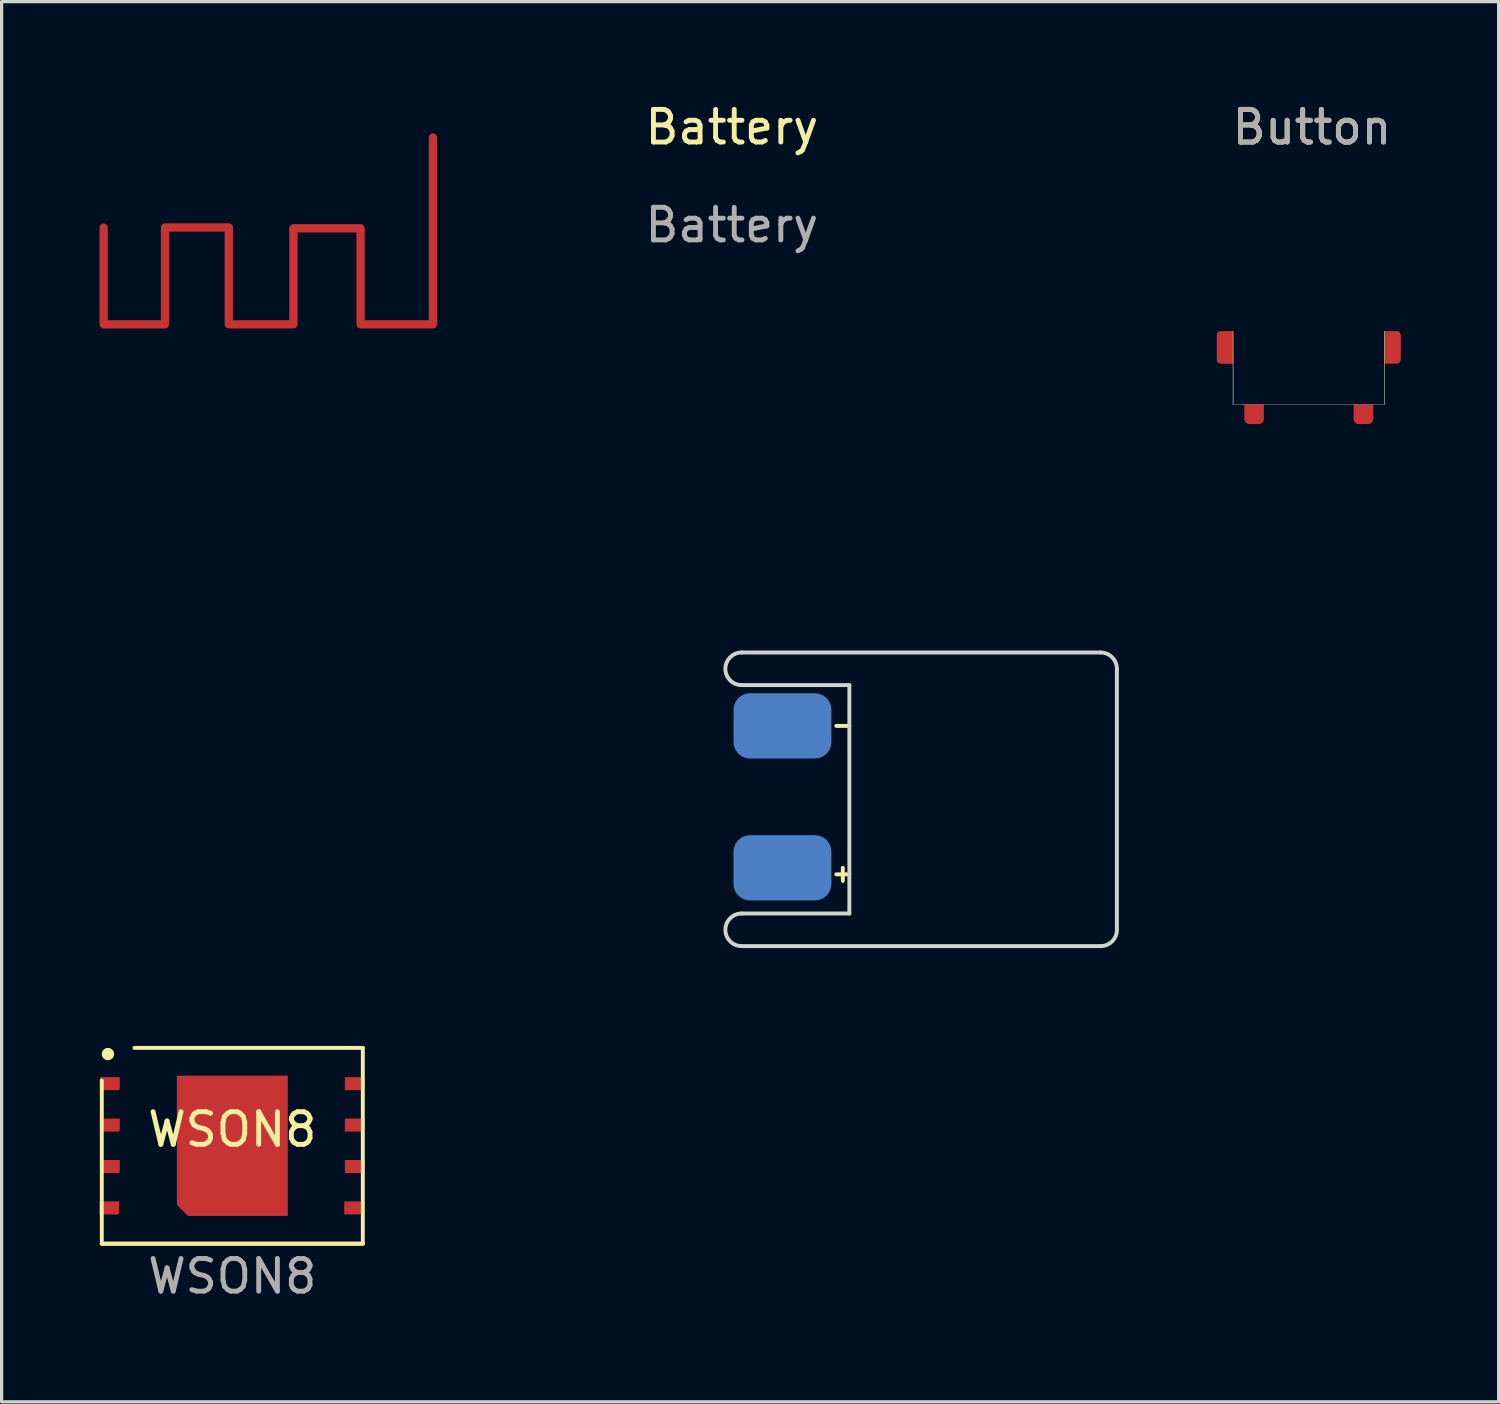
<source format=kicad_pcb>
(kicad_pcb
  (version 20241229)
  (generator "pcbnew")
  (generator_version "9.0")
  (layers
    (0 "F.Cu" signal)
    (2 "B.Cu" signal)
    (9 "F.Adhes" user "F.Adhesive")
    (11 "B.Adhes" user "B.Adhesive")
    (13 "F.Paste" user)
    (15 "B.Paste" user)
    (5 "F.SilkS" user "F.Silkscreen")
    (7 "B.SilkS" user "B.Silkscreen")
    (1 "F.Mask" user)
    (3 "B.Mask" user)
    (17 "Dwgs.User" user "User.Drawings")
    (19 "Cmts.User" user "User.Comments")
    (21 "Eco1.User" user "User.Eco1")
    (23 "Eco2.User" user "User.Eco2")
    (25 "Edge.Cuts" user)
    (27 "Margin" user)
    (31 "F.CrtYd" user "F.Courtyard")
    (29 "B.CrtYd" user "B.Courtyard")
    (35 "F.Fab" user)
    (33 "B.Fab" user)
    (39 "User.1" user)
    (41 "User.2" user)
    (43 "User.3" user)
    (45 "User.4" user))
  (footprint "Button"
    (layer "F.Cu")
    (at 37.062 9.348)
    (property "Reference" "Button" (at 0.1 -8.5 0) (unlocked yes) (layer "F.SilkS") (effects (font (size 1 1) (thickness 0.15))))
    (attr smd)
    (fp_line (start -2.32 0) (end -2.32 -2.25) (stroke (width 0.01) (type solid)) (layer "F.SilkS"))
    (fp_line (start 2.32 0) (end 2.32 -2.25) (stroke (width 0.01) (type solid)) (layer "F.SilkS"))
    (fp_line (start -2.32 0) (end -2.32 -2.25) (stroke (width 0.01) (type solid)) (layer "Edge.Cuts"))
    (fp_line (start 2.32 0) (end -2.32 0) (stroke (width 0.01) (type solid)) (layer "Edge.Cuts"))
    (fp_line (start 2.32 0) (end 2.32 -2.25) (stroke (width 0.01) (type solid)) (layer "Edge.Cuts"))
    (fp_line (start -2.32 -1.75) (end -2.57 -1.75) (stroke (width 0.12) (type solid)) (layer "User.1"))
    (fp_line (start -2.32 0) (end -2.32 -1.75) (stroke (width 0.12) (type solid)) (layer "User.1"))
    (fp_line (start -1.595 0.15) (end -1.595 0) (stroke (width 0.12) (type solid)) (layer "User.1"))
    (fp_line (start -1.295 0) (end -1.595 0) (stroke (width 0.12) (type solid)) (layer "User.1"))
    (fp_line (start 1.375 0) (end 1.675 0) (stroke (width 0.12) (type solid)) (layer "User.1"))
    (fp_line (start 1.675 0.15) (end 1.675 0) (stroke (width 0.12) (type solid)) (layer "User.1"))
    (fp_line (start 2.73 -1.75) (end 2.48 -1.75) (stroke (width 0.12) (type solid)) (layer "User.1"))
    (fp_text user "${REFERENCE}" (at 0.1 -8.5 0) (unlocked yes) (layer "F.Fab") (effects (font (size 1 1) (thickness 0.15))))
    (pad "1" smd roundrect (at 2.57 -1.75 180) (size 0.5 1) (layers "F.Cu" "F.Mask" "F.Paste") (roundrect_rratio 0.25) (chamfer_ratio 0) (chamfer top_right bottom_right))
    (pad "2" smd roundrect (at -1.675 0.3 90) (size 0.6 0.6) (layers "F.Cu" "F.Mask" "F.Paste") (roundrect_rratio 0.25) (chamfer_ratio 0) (chamfer top_right bottom_right))
    (pad "3" smd roundrect (at 1.675 0.3 90) (size 0.6 0.6) (layers "F.Cu" "F.Mask" "F.Paste") (roundrect_rratio 0.25) (chamfer_ratio 0) (chamfer top_right bottom_right))
    (pad "4" smd roundrect (at -2.57 -1.75) (size 0.5 1) (layers "F.Cu" "F.Mask" "F.Paste") (roundrect_rratio 0.25) (chamfer_ratio 0) (chamfer top_right bottom_right)))
  (footprint "WSON8"
    (layer "F.Cu")
    (at 4.07 32.068)
    (property "Reference" "WSON8" (at 0 -0.5 0) (unlocked yes) (layer "F.SilkS") (effects (font (size 1 1) (thickness 0.15))))
    (attr smd)
    (fp_line (start -4 3) (end -4 -2) (stroke (width 0.12) (type solid)) (layer "F.SilkS"))
    (fp_line (start -4 3) (end 4 3) (stroke (width 0.12) (type solid)) (layer "F.SilkS"))
    (fp_line (start -3 -3) (end 4 -3) (stroke (width 0.12) (type solid)) (layer "F.SilkS"))
    (fp_line (start 4 3) (end -4 3) (stroke (width 0.12) (type solid)) (layer "F.SilkS"))
    (fp_line (start 4 3) (end 4 -3) (stroke (width 0.12) (type solid)) (layer "F.SilkS"))
    (fp_circle (center -3.812 -2.812) (end -3.683 -2.812) (stroke (width 0.12) (type solid)) (fill yes) (layer "F.SilkS"))
    (fp_text user "${REFERENCE}" (at 0 4 0) (unlocked yes) (layer "F.Fab") (effects (font (size 1 1) (thickness 0.15))))
    (pad "1" smd roundrect (at -3.75 -1.905 90) (size 0.4 0.6) (layers "F.Cu" "F.Mask" "F.Paste") (roundrect_rratio 0) (chamfer_ratio 0.1) (chamfer bottom_left))
    (pad "2" smd roundrect (at -3.75 -0.635 90) (size 0.4 0.6) (layers "F.Cu" "F.Mask" "F.Paste") (roundrect_rratio 0) (chamfer_ratio 0.1) (chamfer bottom_left))
    (pad "3" smd roundrect (at -3.75 0.635 90) (size 0.4 0.6) (layers "F.Cu" "F.Mask" "F.Paste") (roundrect_rratio 0) (chamfer_ratio 0.1) (chamfer bottom_left))
    (pad "4" smd roundrect (at -3.77 1.905 90) (size 0.4 0.6) (layers "F.Cu" "F.Mask" "F.Paste") (roundrect_rratio 0) (chamfer_ratio 0.1) (chamfer bottom_left))
    (pad "5" smd roundrect (at 3.73 1.905 90) (size 0.4 0.6) (layers "F.Cu" "F.Mask" "F.Paste") (roundrect_rratio 0) (chamfer_ratio 0.1) (chamfer bottom_left))
    (pad "6" smd roundrect (at 3.75 0.635 90) (size 0.4 0.6) (layers "F.Cu" "F.Mask" "F.Paste") (roundrect_rratio 0) (chamfer_ratio 0.1) (chamfer bottom_left))
    (pad "7" smd roundrect (at 3.75 -0.635 90) (size 0.4 0.6) (layers "F.Cu" "F.Mask" "F.Paste") (roundrect_rratio 0) (chamfer_ratio 0.1) (chamfer bottom_left))
    (pad "8" smd roundrect (at 3.75 -1.905 90) (size 0.4 0.6) (layers "F.Cu" "F.Mask" "F.Paste") (roundrect_rratio 0) (chamfer_ratio 0.1) (chamfer bottom_left))
    (pad "9" smd roundrect (at 0 0) (size 3.4 4.3) (layers "F.Cu" "F.Mask" "F.Paste") (roundrect_rratio 0) (chamfer_ratio 0.1) (chamfer bottom_left)))
  (footprint "2.4GHz-meander-antenna-v2"
    (layer "F.Cu")
    (at 10.219 1.163)
    (property "Reference" "2.4GHz-meander-antenna-v2" (at -0.1 -0.9 0) (unlocked yes) (layer "Eco2.User") (effects (font (size 0.3 0.3) (thickness 0.05))))
    (pad "1" smd custom (at 0 0) (size 0.254 0.254) (layers "F.Cu") (options (anchor circle)) (primitives (gr_line (start 0 0) (end 0 5.727) (width 0.254)) (gr_line (start 0 5.727) (end -2.218 5.727) (width 0.254)) (gr_line (start -2.218 5.727) (end -2.218 2.784) (width 0.254)) (gr_line (start -2.218 2.784) (end -4.275 2.784) (width 0.254)) (gr_line (start -4.275 5.727) (end -4.275 2.784) (width 0.254)) (gr_line (start -4.275 5.727) (end -6.256 5.727) (width 0.254)) (gr_line (start -6.256 5.727) (end -6.256 2.758) (width 0.254)) (gr_line (start -6.256 2.758) (end -8.212 2.758) (width 0.254)) (gr_line (start -8.212 5.727) (end -8.212 2.758) (width 0.254)) (gr_line (start -8.212 5.727) (end -10.092 5.727) (width 0.254)) (gr_line (start -10.092 5.727) (end -10.092 2.763) (width 0.254)))))
  (footprint "Battery"
    (layer "F.Cu")
    (at 19.182 16.948)
    (property "Reference" "Battery" (at 0.2 -16.1 0) (unlocked yes) (layer "F.SilkS") (effects (font (size 1 1) (thickness 0.15))))
    (attr smd)
    (fp_line (start 3.4 2.25) (end 3.8 2.25) (stroke (width 0.12) (type solid)) (layer "F.SilkS"))
    (fp_line (start 3.4 6.8) (end 3.8 6.8) (stroke (width 0.12) (type solid)) (layer "F.SilkS"))
    (fp_line (start 3.6 7) (end 3.6 6.6) (stroke (width 0.12) (type solid)) (layer "F.SilkS"))
    (fp_line (start 0.5 0) (end 11.5 0) (stroke (width 0.12) (type solid)) (layer "Edge.Cuts"))
    (fp_line (start 0.5 1) (end 3.8 1) (stroke (width 0.12) (type solid)) (layer "Edge.Cuts"))
    (fp_line (start 0.5 9) (end 11.5 9) (stroke (width 0.12) (type solid)) (layer "Edge.Cuts"))
    (fp_line (start 3.8 8) (end 0.5 8) (stroke (width 0.12) (type solid)) (layer "Edge.Cuts"))
    (fp_line (start 3.8 8) (end 3.8 1) (stroke (width 0.12) (type solid)) (layer "Edge.Cuts"))
    (fp_line (start 12 0.5) (end 12 8.5) (stroke (width 0.12) (type solid)) (layer "Edge.Cuts"))
    (fp_arc (start 0.5 1) (mid 0 0.5) (end 0.5 0) (stroke (width 0.12) (type solid)) (layer "Edge.Cuts"))
    (fp_arc (start 0.5 9) (mid 0 8.5) (end 0.5 8) (stroke (width 0.12) (type solid)) (layer "Edge.Cuts"))
    (fp_arc (start 11.5 0) (mid 11.853553 0.146447) (end 12 0.5) (stroke (width 0.12) (type solid)) (layer "Edge.Cuts"))
    (fp_arc (start 12 8.5) (mid 11.853553 8.853553) (end 11.5 9) (stroke (width 0.12) (type solid)) (layer "Edge.Cuts"))
    (fp_text user "${REFERENCE}" (at 0.2 -13.1 0) (unlocked yes) (layer "F.Fab") (effects (font (size 1 1) (thickness 0.15))))
    (pad "1" smd roundrect (at 1.75 2.25) (size 3 2) (layers "B.Cu" "B.Mask" "B.Paste") (roundrect_rratio 0.25))
    (pad "2" smd roundrect (at 1.75 6.6) (size 3 2) (layers "B.Cu" "B.Mask" "B.Paste") (roundrect_rratio 0.25)))
  (gr_rect
    (start -3 -3)
    (end 42.882 39.916)
    (stroke (width 0.1) (type default))
    (fill no)
    (layer "Edge.Cuts")))
</source>
